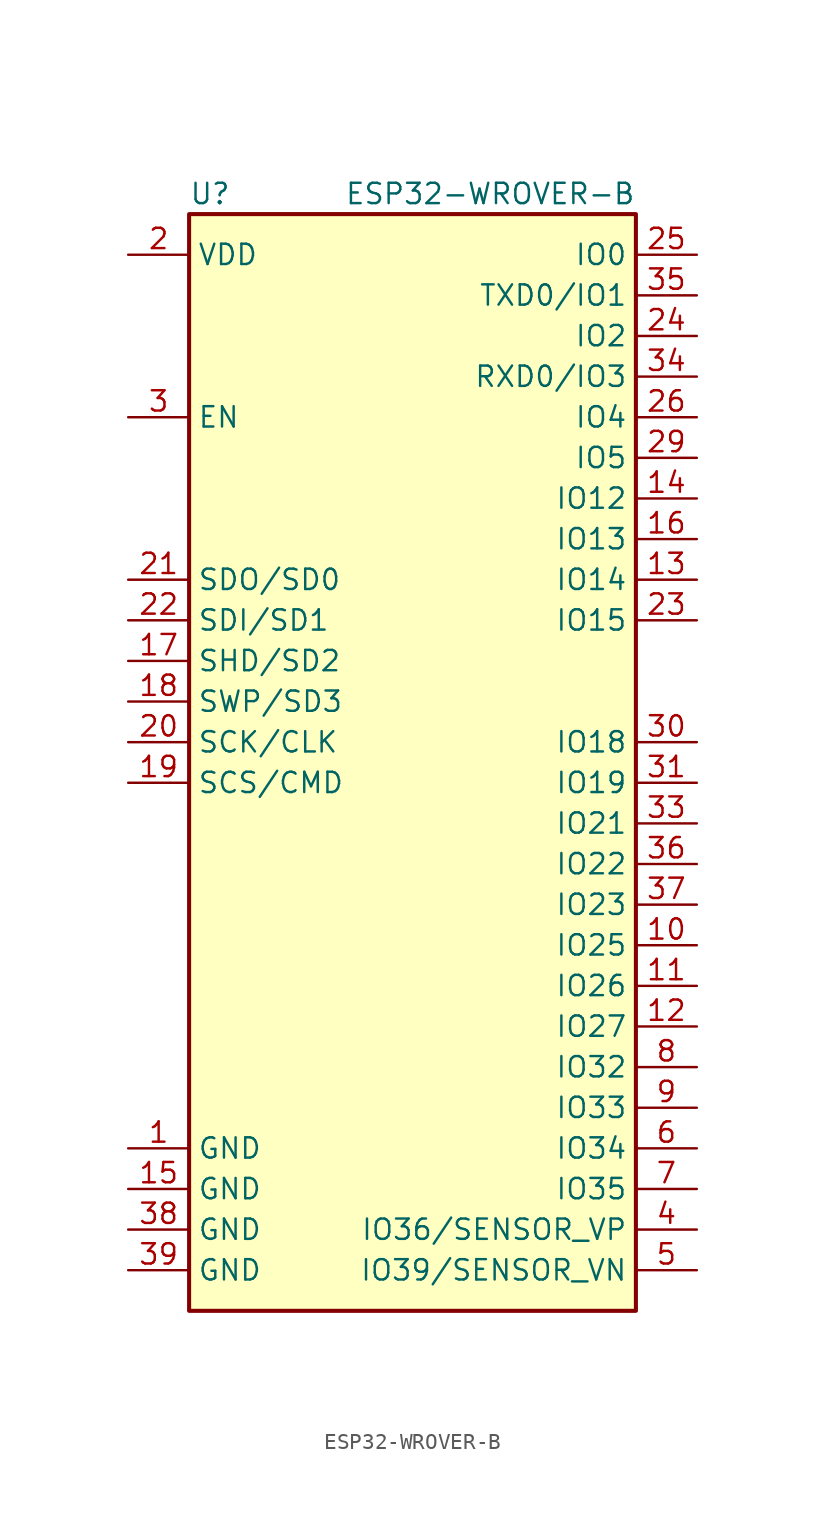
<source format=kicad_sym>
(kicad_symbol_lib
  (version 20211014)
  (generator kicad_symbol_editor)
  (symbol "ESP32-WROVER-B"
    (property "Reference" "U"
      (at -13.97 34.29 0)
      (effects (font (size 1.27 1.27)) (justify left)))
    (property "Value" "ESP32-WROVER-B"
      (at 13.97 34.29 0)
      (effects (font (size 1.27 1.27)) (justify right)))
    (symbol "ESP32-WROVER-B_1_1"
      (rectangle (start -13.97 33.02) (end 13.97 -35.56) (stroke (width 0.254) (type default) (color 0 0 0 0)) (fill (type background)))
      (pin power_in line (at -17.78 -25.4 0) (length 3.81) (name "GND" (effects (font (size 1.27 1.27)))) (number "1" (effects (font (size 1.27 1.27)))))
      (pin bidirectional line (at 17.78 -12.7 180) (length 3.81) (name "IO25" (effects (font (size 1.27 1.27)))) (number "10" (effects (font (size 1.27 1.27)))))
      (pin bidirectional line (at 17.78 -15.24 180) (length 3.81) (name "IO26" (effects (font (size 1.27 1.27)))) (number "11" (effects (font (size 1.27 1.27)))))
      (pin bidirectional line (at 17.78 -17.78 180) (length 3.81) (name "IO27" (effects (font (size 1.27 1.27)))) (number "12" (effects (font (size 1.27 1.27)))))
      (pin bidirectional line (at 17.78 10.16 180) (length 3.81) (name "IO14" (effects (font (size 1.27 1.27)))) (number "13" (effects (font (size 1.27 1.27)))))
      (pin bidirectional line (at 17.78 15.24 180) (length 3.81) (name "IO12" (effects (font (size 1.27 1.27)))) (number "14" (effects (font (size 1.27 1.27)))))
      (pin power_in line (at -17.78 -27.94 0) (length 3.81) (name "GND" (effects (font (size 1.27 1.27)))) (number "15" (effects (font (size 1.27 1.27)))))
      (pin bidirectional line (at 17.78 12.7 180) (length 3.81) (name "IO13" (effects (font (size 1.27 1.27)))) (number "16" (effects (font (size 1.27 1.27)))))
      (pin bidirectional line (at -17.78 5.08 0) (length 3.81) (name "SHD/SD2" (effects (font (size 1.27 1.27)))) (number "17" (effects (font (size 1.27 1.27)))))
      (pin bidirectional line (at -17.78 2.54 0) (length 3.81) (name "SWP/SD3" (effects (font (size 1.27 1.27)))) (number "18" (effects (font (size 1.27 1.27)))))
      (pin bidirectional line (at -17.78 -2.54 0) (length 3.81) (name "SCS/CMD" (effects (font (size 1.27 1.27)))) (number "19" (effects (font (size 1.27 1.27)))))
      (pin power_in line (at -17.78 30.48 0) (length 3.81) (name "VDD" (effects (font (size 1.27 1.27)))) (number "2" (effects (font (size 1.27 1.27)))))
      (pin bidirectional line (at -17.78 0 0) (length 3.81) (name "SCK/CLK" (effects (font (size 1.27 1.27)))) (number "20" (effects (font (size 1.27 1.27)))))
      (pin bidirectional line (at -17.78 10.16 0) (length 3.81) (name "SDO/SD0" (effects (font (size 1.27 1.27)))) (number "21" (effects (font (size 1.27 1.27)))))
      (pin bidirectional line (at -17.78 7.62 0) (length 3.81) (name "SDI/SD1" (effects (font (size 1.27 1.27)))) (number "22" (effects (font (size 1.27 1.27)))))
      (pin bidirectional line (at 17.78 7.62 180) (length 3.81) (name "IO15" (effects (font (size 1.27 1.27)))) (number "23" (effects (font (size 1.27 1.27)))))
      (pin bidirectional line (at 17.78 25.4 180) (length 3.81) (name "IO2" (effects (font (size 1.27 1.27)))) (number "24" (effects (font (size 1.27 1.27)))))
      (pin bidirectional line (at 17.78 30.48 180) (length 3.81) (name "IO0" (effects (font (size 1.27 1.27)))) (number "25" (effects (font (size 1.27 1.27)))))
      (pin bidirectional line (at 17.78 20.32 180) (length 3.81) (name "IO4" (effects (font (size 1.27 1.27)))) (number "26" (effects (font (size 1.27 1.27)))))
      (pin no_connect line (at -17.78 -15.24 0) (length 3.81) hide (name "NC" (effects (font (size 1.27 1.27)))) (number "27" (effects (font (size 1.27 1.27)))))
      (pin no_connect line (at -17.78 -17.78 0) (length 3.81) hide (name "NC" (effects (font (size 1.27 1.27)))) (number "28" (effects (font (size 1.27 1.27)))))
      (pin bidirectional line (at 17.78 17.78 180) (length 3.81) (name "IO5" (effects (font (size 1.27 1.27)))) (number "29" (effects (font (size 1.27 1.27)))))
      (pin input line (at -17.78 20.32 0) (length 3.81) (name "EN" (effects (font (size 1.27 1.27)))) (number "3" (effects (font (size 1.27 1.27)))))
      (pin bidirectional line (at 17.78 0 180) (length 3.81) (name "IO18" (effects (font (size 1.27 1.27)))) (number "30" (effects (font (size 1.27 1.27)))))
      (pin bidirectional line (at 17.78 -2.54 180) (length 3.81) (name "IO19" (effects (font (size 1.27 1.27)))) (number "31" (effects (font (size 1.27 1.27)))))
      (pin no_connect line (at -17.78 -20.32 0) (length 3.81) hide (name "NC" (effects (font (size 1.27 1.27)))) (number "32" (effects (font (size 1.27 1.27)))))
      (pin bidirectional line (at 17.78 -5.08 180) (length 3.81) (name "IO21" (effects (font (size 1.27 1.27)))) (number "33" (effects (font (size 1.27 1.27)))))
      (pin bidirectional line (at 17.78 22.86 180) (length 3.81) (name "RXD0/IO3" (effects (font (size 1.27 1.27)))) (number "34" (effects (font (size 1.27 1.27)))))
      (pin bidirectional line (at 17.78 27.94 180) (length 3.81) (name "TXD0/IO1" (effects (font (size 1.27 1.27)))) (number "35" (effects (font (size 1.27 1.27)))))
      (pin bidirectional line (at 17.78 -7.62 180) (length 3.81) (name "IO22" (effects (font (size 1.27 1.27)))) (number "36" (effects (font (size 1.27 1.27)))))
      (pin bidirectional line (at 17.78 -10.16 180) (length 3.81) (name "IO23" (effects (font (size 1.27 1.27)))) (number "37" (effects (font (size 1.27 1.27)))))
      (pin power_in line (at -17.78 -30.48 0) (length 3.81) (name "GND" (effects (font (size 1.27 1.27)))) (number "38" (effects (font (size 1.27 1.27)))))
      (pin power_in line (at -17.78 -33.02 0) (length 3.81) (name "GND" (effects (font (size 1.27 1.27)))) (number "39" (effects (font (size 1.27 1.27)))))
      (pin input line (at 17.78 -30.48 180) (length 3.81) (name "IO36/SENSOR_VP" (effects (font (size 1.27 1.27)))) (number "4" (effects (font (size 1.27 1.27)))))
      (pin input line (at 17.78 -33.02 180) (length 3.81) (name "IO39/SENSOR_VN" (effects (font (size 1.27 1.27)))) (number "5" (effects (font (size 1.27 1.27)))))
      (pin input line (at 17.78 -25.4 180) (length 3.81) (name "IO34" (effects (font (size 1.27 1.27)))) (number "6" (effects (font (size 1.27 1.27)))))
      (pin input line (at 17.78 -27.94 180) (length 3.81) (name "IO35" (effects (font (size 1.27 1.27)))) (number "7" (effects (font (size 1.27 1.27)))))
      (pin bidirectional line (at 17.78 -20.32 180) (length 3.81) (name "IO32" (effects (font (size 1.27 1.27)))) (number "8" (effects (font (size 1.27 1.27)))))
      (pin bidirectional line (at 17.78 -22.86 180) (length 3.81) (name "IO33" (effects (font (size 1.27 1.27)))) (number "9" (effects (font (size 1.27 1.27))))))))
</source>
